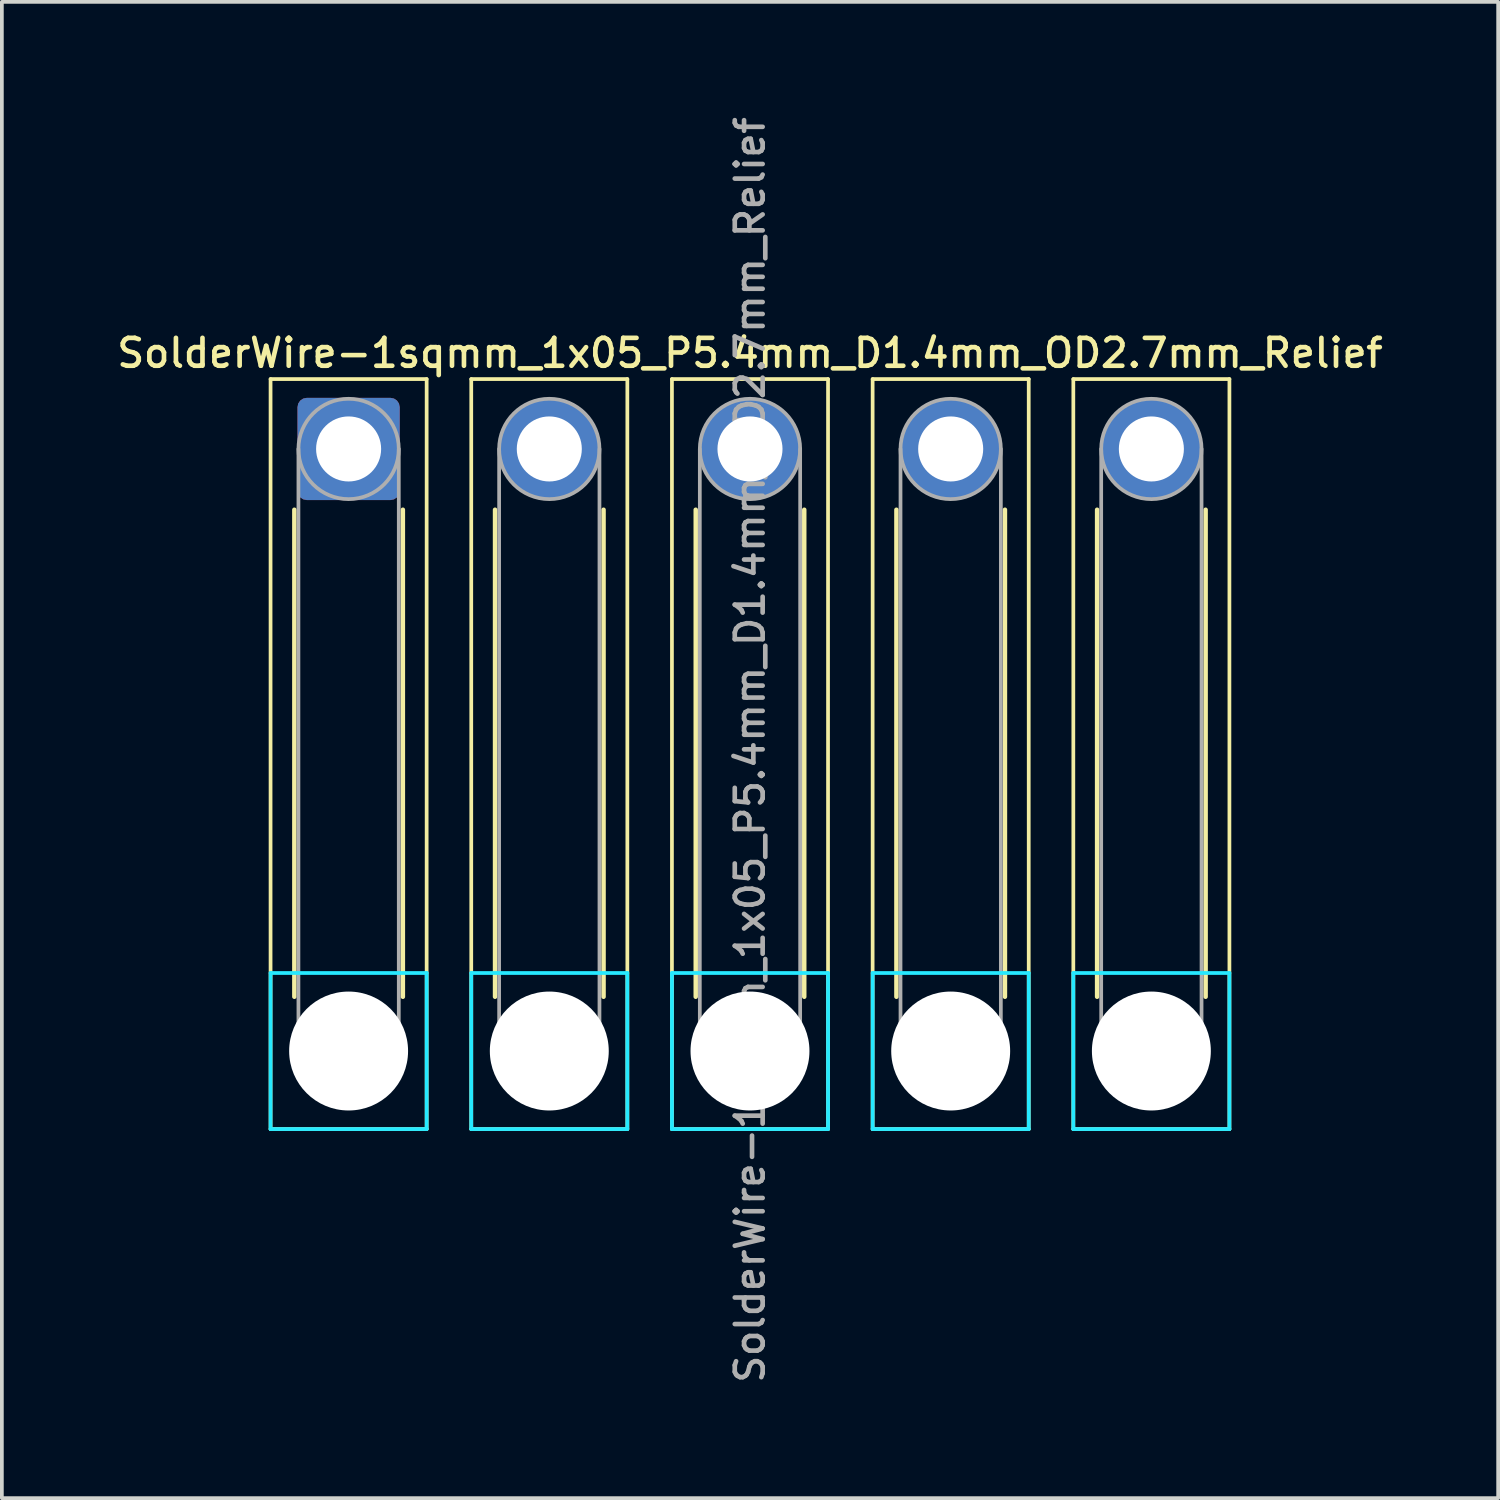
<source format=kicad_pcb>
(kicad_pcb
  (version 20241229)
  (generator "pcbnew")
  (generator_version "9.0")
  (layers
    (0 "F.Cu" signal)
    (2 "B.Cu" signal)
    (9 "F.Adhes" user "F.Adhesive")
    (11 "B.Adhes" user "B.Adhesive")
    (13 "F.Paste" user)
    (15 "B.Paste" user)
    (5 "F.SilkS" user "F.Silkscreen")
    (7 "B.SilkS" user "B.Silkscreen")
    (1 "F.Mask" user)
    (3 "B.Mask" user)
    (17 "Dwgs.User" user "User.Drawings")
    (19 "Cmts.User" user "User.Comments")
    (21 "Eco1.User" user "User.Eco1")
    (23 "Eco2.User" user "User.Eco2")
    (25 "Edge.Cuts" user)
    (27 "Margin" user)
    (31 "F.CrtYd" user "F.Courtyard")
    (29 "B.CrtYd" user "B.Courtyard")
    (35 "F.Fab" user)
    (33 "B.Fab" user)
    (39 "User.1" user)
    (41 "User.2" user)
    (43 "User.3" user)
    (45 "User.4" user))
  (footprint "SolderWire-1sqmm_1x05_P5.4mm_D1.4mm_OD2.7mm_Relief"
    (layer "F.Cu")
    (at 6.33 9.03)
    (property "Reference" "SolderWire-1sqmm_1x05_P5.4mm_D1.4mm_OD2.7mm_Relief" (at 10.8 -2.58 0) (layer "F.SilkS") (effects (font (size 0.75 0.75) (thickness 0.125))))
    (attr exclude_from_pos_files exclude_from_bom)
    (fp_line (start -2.1 -1.88) (end -2.1 18.3) (stroke (width 0.1) (type solid)) (layer "F.SilkS"))
    (fp_line (start -2.1 18.3) (end 2.1 18.3) (stroke (width 0.1) (type solid)) (layer "F.SilkS"))
    (fp_line (start -1.46 1.635) (end -1.46 14.74) (stroke (width 0.12) (type solid)) (layer "F.SilkS"))
    (fp_line (start 1.46 1.635) (end 1.46 14.74) (stroke (width 0.12) (type solid)) (layer "F.SilkS"))
    (fp_line (start 2.1 -1.88) (end -2.1 -1.88) (stroke (width 0.1) (type solid)) (layer "F.SilkS"))
    (fp_line (start 2.1 18.3) (end 2.1 -1.88) (stroke (width 0.1) (type solid)) (layer "F.SilkS"))
    (fp_line (start 3.3 -1.88) (end 3.3 18.3) (stroke (width 0.1) (type solid)) (layer "F.SilkS"))
    (fp_line (start 3.3 18.3) (end 7.5 18.3) (stroke (width 0.1) (type solid)) (layer "F.SilkS"))
    (fp_line (start 3.94 1.635) (end 3.94 14.74) (stroke (width 0.12) (type solid)) (layer "F.SilkS"))
    (fp_line (start 6.86 1.635) (end 6.86 14.74) (stroke (width 0.12) (type solid)) (layer "F.SilkS"))
    (fp_line (start 7.5 -1.88) (end 3.3 -1.88) (stroke (width 0.1) (type solid)) (layer "F.SilkS"))
    (fp_line (start 7.5 18.3) (end 7.5 -1.88) (stroke (width 0.1) (type solid)) (layer "F.SilkS"))
    (fp_line (start 8.7 -1.88) (end 8.7 18.3) (stroke (width 0.1) (type solid)) (layer "F.SilkS"))
    (fp_line (start 8.7 18.3) (end 12.9 18.3) (stroke (width 0.1) (type solid)) (layer "F.SilkS"))
    (fp_line (start 9.34 1.635) (end 9.34 14.74) (stroke (width 0.12) (type solid)) (layer "F.SilkS"))
    (fp_line (start 12.26 1.635) (end 12.26 14.74) (stroke (width 0.12) (type solid)) (layer "F.SilkS"))
    (fp_line (start 12.9 -1.88) (end 8.7 -1.88) (stroke (width 0.1) (type solid)) (layer "F.SilkS"))
    (fp_line (start 12.9 18.3) (end 12.9 -1.88) (stroke (width 0.1) (type solid)) (layer "F.SilkS"))
    (fp_line (start 14.1 -1.88) (end 14.1 18.3) (stroke (width 0.1) (type solid)) (layer "F.SilkS"))
    (fp_line (start 14.1 18.3) (end 18.3 18.3) (stroke (width 0.1) (type solid)) (layer "F.SilkS"))
    (fp_line (start 14.74 1.635) (end 14.74 14.74) (stroke (width 0.12) (type solid)) (layer "F.SilkS"))
    (fp_line (start 17.66 1.635) (end 17.66 14.74) (stroke (width 0.12) (type solid)) (layer "F.SilkS"))
    (fp_line (start 18.3 -1.88) (end 14.1 -1.88) (stroke (width 0.1) (type solid)) (layer "F.SilkS"))
    (fp_line (start 18.3 18.3) (end 18.3 -1.88) (stroke (width 0.1) (type solid)) (layer "F.SilkS"))
    (fp_line (start 19.5 -1.88) (end 19.5 18.3) (stroke (width 0.1) (type solid)) (layer "F.SilkS"))
    (fp_line (start 19.5 18.3) (end 23.7 18.3) (stroke (width 0.1) (type solid)) (layer "F.SilkS"))
    (fp_line (start 20.14 1.635) (end 20.14 14.74) (stroke (width 0.12) (type solid)) (layer "F.SilkS"))
    (fp_line (start 23.06 1.635) (end 23.06 14.74) (stroke (width 0.12) (type solid)) (layer "F.SilkS"))
    (fp_line (start 23.7 -1.88) (end 19.5 -1.88) (stroke (width 0.1) (type solid)) (layer "F.SilkS"))
    (fp_line (start 23.7 18.3) (end 23.7 -1.88) (stroke (width 0.1) (type solid)) (layer "F.SilkS"))
    (fp_line (start -2.1 14.1) (end -2.1 18.3) (stroke (width 0.1) (type solid)) (layer "B.CrtYd"))
    (fp_line (start -2.1 18.3) (end 2.1 18.3) (stroke (width 0.1) (type solid)) (layer "B.CrtYd"))
    (fp_line (start 2.1 14.1) (end -2.1 14.1) (stroke (width 0.1) (type solid)) (layer "B.CrtYd"))
    (fp_line (start 2.1 18.3) (end 2.1 14.1) (stroke (width 0.1) (type solid)) (layer "B.CrtYd"))
    (fp_line (start 3.3 14.1) (end 3.3 18.3) (stroke (width 0.1) (type solid)) (layer "B.CrtYd"))
    (fp_line (start 3.3 18.3) (end 7.5 18.3) (stroke (width 0.1) (type solid)) (layer "B.CrtYd"))
    (fp_line (start 7.5 14.1) (end 3.3 14.1) (stroke (width 0.1) (type solid)) (layer "B.CrtYd"))
    (fp_line (start 7.5 18.3) (end 7.5 14.1) (stroke (width 0.1) (type solid)) (layer "B.CrtYd"))
    (fp_line (start 8.7 14.1) (end 8.7 18.3) (stroke (width 0.1) (type solid)) (layer "B.CrtYd"))
    (fp_line (start 8.7 18.3) (end 12.9 18.3) (stroke (width 0.1) (type solid)) (layer "B.CrtYd"))
    (fp_line (start 12.9 14.1) (end 8.7 14.1) (stroke (width 0.1) (type solid)) (layer "B.CrtYd"))
    (fp_line (start 12.9 18.3) (end 12.9 14.1) (stroke (width 0.1) (type solid)) (layer "B.CrtYd"))
    (fp_line (start 14.1 14.1) (end 14.1 18.3) (stroke (width 0.1) (type solid)) (layer "B.CrtYd"))
    (fp_line (start 14.1 18.3) (end 18.3 18.3) (stroke (width 0.1) (type solid)) (layer "B.CrtYd"))
    (fp_line (start 18.3 14.1) (end 14.1 14.1) (stroke (width 0.1) (type solid)) (layer "B.CrtYd"))
    (fp_line (start 18.3 18.3) (end 18.3 14.1) (stroke (width 0.1) (type solid)) (layer "B.CrtYd"))
    (fp_line (start 19.5 14.1) (end 19.5 18.3) (stroke (width 0.1) (type solid)) (layer "B.CrtYd"))
    (fp_line (start 19.5 18.3) (end 23.7 18.3) (stroke (width 0.1) (type solid)) (layer "B.CrtYd"))
    (fp_line (start 23.7 14.1) (end 19.5 14.1) (stroke (width 0.1) (type solid)) (layer "B.CrtYd"))
    (fp_line (start 23.7 18.3) (end 23.7 14.1) (stroke (width 0.1) (type solid)) (layer "B.CrtYd"))
    (fp_line (start -1.35 0) (end -1.35 16.2) (stroke (width 0.1) (type solid)) (layer "F.Fab"))
    (fp_line (start 1.35 0) (end 1.35 16.2) (stroke (width 0.1) (type solid)) (layer "F.Fab"))
    (fp_line (start 4.05 0) (end 4.05 16.2) (stroke (width 0.1) (type solid)) (layer "F.Fab"))
    (fp_line (start 6.75 0) (end 6.75 16.2) (stroke (width 0.1) (type solid)) (layer "F.Fab"))
    (fp_line (start 9.45 0) (end 9.45 16.2) (stroke (width 0.1) (type solid)) (layer "F.Fab"))
    (fp_line (start 12.15 0) (end 12.15 16.2) (stroke (width 0.1) (type solid)) (layer "F.Fab"))
    (fp_line (start 14.85 0) (end 14.85 16.2) (stroke (width 0.1) (type solid)) (layer "F.Fab"))
    (fp_line (start 17.55 0) (end 17.55 16.2) (stroke (width 0.1) (type solid)) (layer "F.Fab"))
    (fp_line (start 20.25 0) (end 20.25 16.2) (stroke (width 0.1) (type solid)) (layer "F.Fab"))
    (fp_line (start 22.95 0) (end 22.95 16.2) (stroke (width 0.1) (type solid)) (layer "F.Fab"))
    (fp_circle (center 0 0) (end 1.35 0) (stroke (width 0.1) (type solid)) (fill no) (layer "F.Fab"))
    (fp_circle (center 0 16.2) (end 1.35 16.2) (stroke (width 0.1) (type solid)) (fill no) (layer "F.Fab"))
    (fp_circle (center 5.4 0) (end 6.75 0) (stroke (width 0.1) (type solid)) (fill no) (layer "F.Fab"))
    (fp_circle (center 5.4 16.2) (end 6.75 16.2) (stroke (width 0.1) (type solid)) (fill no) (layer "F.Fab"))
    (fp_circle (center 10.8 0) (end 12.15 0) (stroke (width 0.1) (type solid)) (fill no) (layer "F.Fab"))
    (fp_circle (center 10.8 16.2) (end 12.15 16.2) (stroke (width 0.1) (type solid)) (fill no) (layer "F.Fab"))
    (fp_circle (center 16.2 0) (end 17.55 0) (stroke (width 0.1) (type solid)) (fill no) (layer "F.Fab"))
    (fp_circle (center 16.2 16.2) (end 17.55 16.2) (stroke (width 0.1) (type solid)) (fill no) (layer "F.Fab"))
    (fp_circle (center 21.6 0) (end 22.95 0) (stroke (width 0.1) (type solid)) (fill no) (layer "F.Fab"))
    (fp_circle (center 21.6 16.2) (end 22.95 16.2) (stroke (width 0.1) (type solid)) (fill no) (layer "F.Fab"))
    (fp_text user "${REFERENCE}" (at 10.8 8.1 90) (layer "F.Fab") (effects (font (size 0.75 0.75) (thickness 0.125))))
    (pad "" np_thru_hole circle (at 0 16.2) (size 3.2 3.2) (drill 3.2) (layers "*.Cu" "*.Mask"))
    (pad "" np_thru_hole circle (at 5.4 16.2) (size 3.2 3.2) (drill 3.2) (layers "*.Cu" "*.Mask"))
    (pad "" np_thru_hole circle (at 10.8 16.2) (size 3.2 3.2) (drill 3.2) (layers "*.Cu" "*.Mask"))
    (pad "" np_thru_hole circle (at 16.2 16.2) (size 3.2 3.2) (drill 3.2) (layers "*.Cu" "*.Mask"))
    (pad "" np_thru_hole circle (at 21.6 16.2) (size 3.2 3.2) (drill 3.2) (layers "*.Cu" "*.Mask"))
    (pad "1" thru_hole roundrect (at 0 0) (size 2.75 2.75) (drill 1.75) (layers "*.Cu" "*.Mask") (roundrect_rratio 0.091))
    (pad "2" thru_hole circle (at 5.4 0) (size 2.75 2.75) (drill 1.75) (layers "*.Cu" "*.Mask"))
    (pad "3" thru_hole circle (at 10.8 0) (size 2.75 2.75) (drill 1.75) (layers "*.Cu" "*.Mask"))
    (pad "4" thru_hole circle (at 16.2 0) (size 2.75 2.75) (drill 1.75) (layers "*.Cu" "*.Mask"))
    (pad "5" thru_hole circle (at 21.6 0) (size 2.75 2.75) (drill 1.75) (layers "*.Cu" "*.Mask")))
  (gr_rect
    (start -3 -3)
    (end 37.261 37.261)
    (stroke (width 0.1) (type default))
    (fill no)
    (layer "Edge.Cuts")))
</source>
